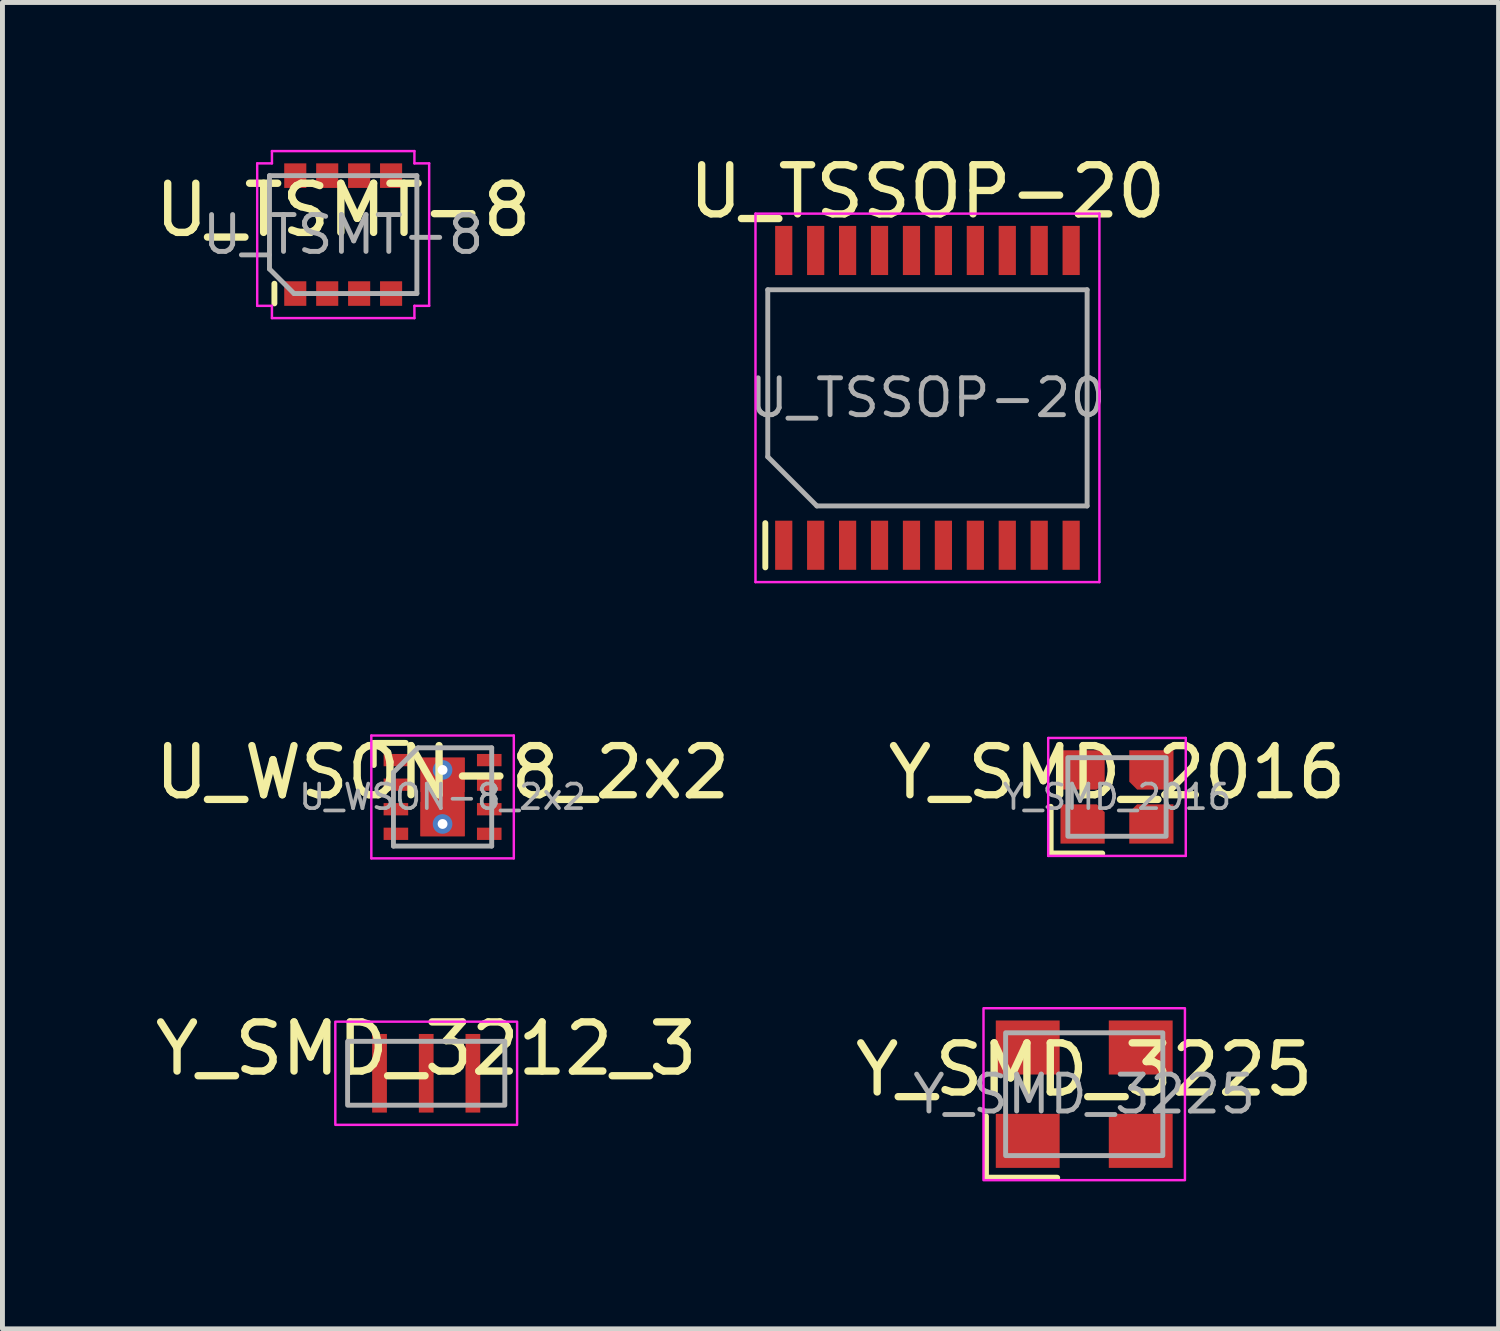
<source format=kicad_pcb>
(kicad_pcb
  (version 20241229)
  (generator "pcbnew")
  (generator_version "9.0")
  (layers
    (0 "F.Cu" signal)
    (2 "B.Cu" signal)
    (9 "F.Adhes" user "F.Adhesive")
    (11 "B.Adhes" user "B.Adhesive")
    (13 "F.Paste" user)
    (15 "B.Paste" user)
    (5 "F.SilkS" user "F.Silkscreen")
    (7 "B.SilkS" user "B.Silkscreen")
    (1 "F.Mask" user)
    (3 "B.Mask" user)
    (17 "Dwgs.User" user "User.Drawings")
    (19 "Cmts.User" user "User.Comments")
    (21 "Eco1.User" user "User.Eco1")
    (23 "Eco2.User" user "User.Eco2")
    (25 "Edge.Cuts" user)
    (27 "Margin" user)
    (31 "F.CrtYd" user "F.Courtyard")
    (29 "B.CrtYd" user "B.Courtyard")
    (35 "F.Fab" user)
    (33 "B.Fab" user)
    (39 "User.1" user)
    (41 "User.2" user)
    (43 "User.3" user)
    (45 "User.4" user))
  (footprint "U_TSMT-8"
    (layer "F.Cu")
    (at 3.935 1.725)
    (property "Reference" "U_TSMT-8" (at 0 -0.5 0) (unlocked yes) (layer "F.SilkS") (effects (font (size 1 1) (thickness 0.15))))
    (attr smd)
    (fp_line (start -1.4 1.4) (end -1.4 1) (stroke (width 0.12) (type default)) (layer "F.SilkS"))
    (fp_line (start -1.75 -1.45) (end -1.75 1.45) (stroke (width 0.05) (type default)) (layer "F.CrtYd"))
    (fp_line (start -1.75 1.45) (end -1.45 1.45) (stroke (width 0.05) (type default)) (layer "F.CrtYd"))
    (fp_line (start -1.45 -1.7) (end -1.45 -1.45) (stroke (width 0.05) (type default)) (layer "F.CrtYd"))
    (fp_line (start -1.45 -1.45) (end -1.75 -1.45) (stroke (width 0.05) (type default)) (layer "F.CrtYd"))
    (fp_line (start -1.45 1.45) (end -1.45 1.7) (stroke (width 0.05) (type default)) (layer "F.CrtYd"))
    (fp_line (start -1.45 1.7) (end 1.45 1.7) (stroke (width 0.05) (type default)) (layer "F.CrtYd"))
    (fp_line (start 1.45 -1.7) (end -1.45 -1.7) (stroke (width 0.05) (type default)) (layer "F.CrtYd"))
    (fp_line (start 1.45 -1.45) (end 1.45 -1.7) (stroke (width 0.05) (type default)) (layer "F.CrtYd"))
    (fp_line (start 1.45 1.45) (end 1.75 1.45) (stroke (width 0.05) (type default)) (layer "F.CrtYd"))
    (fp_line (start 1.45 1.7) (end 1.45 1.45) (stroke (width 0.05) (type default)) (layer "F.CrtYd"))
    (fp_line (start 1.75 -1.45) (end 1.45 -1.45) (stroke (width 0.05) (type default)) (layer "F.CrtYd"))
    (fp_line (start 1.75 1.45) (end 1.75 -1.45) (stroke (width 0.05) (type default)) (layer "F.CrtYd"))
    (fp_line (start -1.5 -1.2) (end 1.5 -1.2) (stroke (width 0.1) (type default)) (layer "F.Fab"))
    (fp_line (start -1.5 0.7) (end -1.5 -1.2) (stroke (width 0.1) (type default)) (layer "F.Fab"))
    (fp_line (start -1 1.2) (end -1.5 0.7) (stroke (width 0.1) (type default)) (layer "F.Fab"))
    (fp_line (start 1.5 -1.2) (end 1.5 1.2) (stroke (width 0.1) (type default)) (layer "F.Fab"))
    (fp_line (start 1.5 1.2) (end -1 1.2) (stroke (width 0.1) (type default)) (layer "F.Fab"))
    (fp_text user "${REFERENCE}" (at 0 0 0) (layer "F.Fab") (effects (font (size 0.75 0.75) (thickness 0.1))))
    (pad "1" smd rect (at -0.975 1.2) (size 0.45 0.5) (layers "F.Cu" "F.Mask" "F.Paste"))
    (pad "2" smd rect (at -0.325 1.2) (size 0.45 0.5) (layers "F.Cu" "F.Mask" "F.Paste"))
    (pad "3" smd rect (at 0.325 1.2) (size 0.45 0.5) (layers "F.Cu" "F.Mask" "F.Paste"))
    (pad "4" smd rect (at 0.975 1.2) (size 0.45 0.5) (layers "F.Cu" "F.Mask" "F.Paste"))
    (pad "5" smd rect (at 0.975 -1.2) (size 0.45 0.5) (layers "F.Cu" "F.Mask" "F.Paste"))
    (pad "6" smd rect (at 0.325 -1.2) (size 0.45 0.5) (layers "F.Cu" "F.Mask" "F.Paste"))
    (pad "7" smd rect (at -0.325 -1.2) (size 0.45 0.5) (layers "F.Cu" "F.Mask" "F.Paste"))
    (pad "8" smd rect (at -0.975 -1.2) (size 0.45 0.5) (layers "F.Cu" "F.Mask" "F.Paste")))
  (footprint "U_TSSOP-20"
    (layer "F.Cu")
    (at 15.827 5.048)
    (property "Reference" "U_TSSOP-20" (at 0 -4.2 0) (layer "F.SilkS") (effects (font (size 1 1) (thickness 0.15))))
    (attr smd)
    (fp_line (start -3.3 3.45) (end -3.3 2.55) (stroke (width 0.12) (type solid)) (layer "F.SilkS"))
    (fp_line (start -3.5 -3.75) (end -3.5 3.75) (stroke (width 0.05) (type solid)) (layer "F.CrtYd"))
    (fp_line (start -3.5 3.75) (end 3.5 3.75) (stroke (width 0.05) (type solid)) (layer "F.CrtYd"))
    (fp_line (start 3.5 -3.75) (end -3.5 -3.75) (stroke (width 0.05) (type solid)) (layer "F.CrtYd"))
    (fp_line (start 3.5 3.75) (end 3.5 -3.75) (stroke (width 0.05) (type solid)) (layer "F.CrtYd"))
    (fp_line (start -3.25 -2.2) (end 3.25 -2.2) (stroke (width 0.1) (type solid)) (layer "F.Fab"))
    (fp_line (start -3.25 1.2) (end -3.25 -2.2) (stroke (width 0.1) (type solid)) (layer "F.Fab"))
    (fp_line (start -2.25 2.2) (end -3.25 1.2) (stroke (width 0.1) (type solid)) (layer "F.Fab"))
    (fp_line (start 3.25 -2.2) (end 3.25 2.2) (stroke (width 0.1) (type solid)) (layer "F.Fab"))
    (fp_line (start 3.25 2.2) (end -2.25 2.2) (stroke (width 0.1) (type solid)) (layer "F.Fab"))
    (fp_text user "${REFERENCE}" (at 0 0 0) (layer "F.Fab") (effects (font (size 0.75 0.75) (thickness 0.1))))
    (pad "1" smd rect (at -2.925 3 90) (size 1 0.35) (layers "F.Cu" "F.Mask" "F.Paste"))
    (pad "2" smd rect (at -2.275 3 90) (size 1 0.35) (layers "F.Cu" "F.Mask" "F.Paste"))
    (pad "3" smd rect (at -1.625 3 90) (size 1 0.35) (layers "F.Cu" "F.Mask" "F.Paste"))
    (pad "4" smd rect (at -0.975 3 90) (size 1 0.35) (layers "F.Cu" "F.Mask" "F.Paste"))
    (pad "5" smd rect (at -0.325 3 90) (size 1 0.35) (layers "F.Cu" "F.Mask" "F.Paste"))
    (pad "6" smd rect (at 0.325 3 90) (size 1 0.35) (layers "F.Cu" "F.Mask" "F.Paste"))
    (pad "7" smd rect (at 0.975 3 90) (size 1 0.35) (layers "F.Cu" "F.Mask" "F.Paste"))
    (pad "8" smd rect (at 1.625 3 90) (size 1 0.35) (layers "F.Cu" "F.Mask" "F.Paste"))
    (pad "9" smd rect (at 2.275 3 90) (size 1 0.35) (layers "F.Cu" "F.Mask" "F.Paste"))
    (pad "10" smd rect (at 2.925 3 90) (size 1 0.35) (layers "F.Cu" "F.Mask" "F.Paste"))
    (pad "11" smd rect (at 2.925 -3 90) (size 1 0.35) (layers "F.Cu" "F.Mask" "F.Paste"))
    (pad "12" smd rect (at 2.275 -3 90) (size 1 0.35) (layers "F.Cu" "F.Mask" "F.Paste"))
    (pad "13" smd rect (at 1.625 -3 90) (size 1 0.35) (layers "F.Cu" "F.Mask" "F.Paste"))
    (pad "14" smd rect (at 0.975 -3 90) (size 1 0.35) (layers "F.Cu" "F.Mask" "F.Paste"))
    (pad "15" smd rect (at 0.325 -3 90) (size 1 0.35) (layers "F.Cu" "F.Mask" "F.Paste"))
    (pad "16" smd rect (at -0.325 -3 90) (size 1 0.35) (layers "F.Cu" "F.Mask" "F.Paste"))
    (pad "17" smd rect (at -0.975 -3 90) (size 1 0.35) (layers "F.Cu" "F.Mask" "F.Paste"))
    (pad "18" smd rect (at -1.625 -3 90) (size 1 0.35) (layers "F.Cu" "F.Mask" "F.Paste"))
    (pad "19" smd rect (at -2.275 -3 90) (size 1 0.35) (layers "F.Cu" "F.Mask" "F.Paste"))
    (pad "20" smd rect (at -2.925 -3 90) (size 1 0.35) (layers "F.Cu" "F.Mask" "F.Paste")))
  (footprint "Y_SMD_3212_3"
    (layer "F.Cu")
    (at 5.625 18.795)
    (property "Reference" "Y_SMD_3212_3" (at 0 -0.5 0) (unlocked yes) (layer "F.SilkS") (effects (font (size 1 1) (thickness 0.15))))
    (attr smd)
    (fp_rect (start -1.85 -1.05) (end 1.85 1.05) (stroke (width 0.05) (type default)) (fill no) (layer "F.CrtYd"))
    (fp_rect (start -1.6 0.65) (end 1.6 -0.65) (stroke (width 0.1) (type default)) (fill no) (layer "F.Fab"))
    (pad "1" smd rect (at -0.95 0) (size 0.3 1.6) (layers "F.Cu" "F.Mask" "F.Paste"))
    (pad "2" smd rect (at 0 0) (size 0.3 1.6) (layers "F.Cu" "F.Mask" "F.Paste"))
    (pad "3" smd rect (at 0.95 0) (size 0.3 1.6) (layers "F.Cu" "F.Mask" "F.Paste")))
  (footprint "Y_SMD_3225"
    (layer "F.Cu")
    (at 19.018 19.221)
    (property "Reference" "Y_SMD_3225" (at 0 -0.5 0) (unlocked yes) (layer "F.SilkS") (effects (font (size 1 1) (thickness 0.15))))
    (attr smd)
    (fp_line (start -2 0.45) (end -2 1.7) (stroke (width 0.12) (type default)) (layer "F.SilkS"))
    (fp_line (start -0.55 1.7) (end -2 1.7) (stroke (width 0.12) (type default)) (layer "F.SilkS"))
    (fp_rect (start -2.05 1.75) (end 2.05 -1.75) (stroke (width 0.05) (type default)) (fill no) (layer "F.CrtYd"))
    (fp_rect (start -1.6 1.25) (end 1.6 -1.25) (stroke (width 0.1) (type default)) (fill no) (layer "F.Fab"))
    (fp_text user "${REFERENCE}" (at 0 0 0) (layer "F.Fab") (effects (font (size 0.75 0.75) (thickness 0.1))))
    (pad "1" smd rect (at -1.15 0.95) (size 1.3 1.1) (layers "F.Cu" "F.Mask" "F.Paste"))
    (pad "2" smd rect (at 1.15 0.95) (size 1.3 1.1) (layers "F.Cu" "F.Mask" "F.Paste"))
    (pad "3" smd rect (at 1.15 -0.95) (size 1.3 1.1) (layers "F.Cu" "F.Mask" "F.Paste"))
    (pad "4" smd rect (at -1.15 -0.95) (size 1.3 1.1) (layers "F.Cu" "F.Mask" "F.Paste")))
  (footprint "Y_SMD_2016"
    (layer "F.Cu")
    (at 19.685 13.171)
    (property "Reference" "Y_SMD_2016" (at 0 -0.5 0) (unlocked yes) (layer "F.SilkS") (effects (font (size 1 1) (thickness 0.15))))
    (attr smd)
    (fp_line (start -1.35 1.15) (end -1.35 0.2) (stroke (width 0.12) (type default)) (layer "F.SilkS"))
    (fp_line (start -0.3 1.15) (end -1.35 1.15) (stroke (width 0.12) (type default)) (layer "F.SilkS"))
    (fp_line (start -1.4 -1.2) (end -1.4 1.2) (stroke (width 0.05) (type default)) (layer "F.CrtYd"))
    (fp_line (start -1.4 1.2) (end 1.4 1.2) (stroke (width 0.05) (type default)) (layer "F.CrtYd"))
    (fp_line (start 1.4 -1.2) (end -1.4 -1.2) (stroke (width 0.05) (type default)) (layer "F.CrtYd"))
    (fp_line (start 1.4 1.2) (end 1.4 -1.2) (stroke (width 0.05) (type default)) (layer "F.CrtYd"))
    (fp_rect (start -1 0.8) (end 1 -0.8) (stroke (width 0.1) (type default)) (fill no) (layer "F.Fab"))
    (fp_text user "${REFERENCE}" (at 0 0 0) (unlocked yes) (layer "F.Fab") (effects (font (size 0.5 0.5) (thickness 0.075))))
    (pad "1" smd roundrect (at -0.7 0.55) (size 0.9 0.8) (layers "F.Cu" "F.Mask" "F.Paste") (roundrect_rratio 0) (chamfer_ratio 0.2) (chamfer top_right))
    (pad "2" smd roundrect (at 0.7 0.55) (size 0.9 0.8) (layers "F.Cu" "F.Mask" "F.Paste") (roundrect_rratio 0) (chamfer_ratio 0.2) (chamfer top_left))
    (pad "3" smd roundrect (at 0.7 -0.55) (size 0.9 0.8) (layers "F.Cu" "F.Mask" "F.Paste") (roundrect_rratio 0) (chamfer_ratio 0.2) (chamfer bottom_left))
    (pad "4" smd roundrect (at -0.7 -0.55) (size 0.9 0.8) (layers "F.Cu" "F.Mask" "F.Paste") (roundrect_rratio 0) (chamfer_ratio 0.2) (chamfer bottom_right)))
  (footprint "U_WSON-8_2x2"
    (layer "F.Cu")
    (at 5.958 13.171)
    (property "Reference" "U_WSON-8_2x2" (at 0 -0.5 0) (unlocked yes) (layer "F.SilkS") (effects (font (size 1 1) (thickness 0.15))))
    (attr smd)
    (fp_line (start -1.4 -1.1) (end -1.4 -0.65) (stroke (width 0.12) (type default)) (layer "F.SilkS"))
    (fp_line (start -1.4 -1.1) (end -0.75 -1.1) (stroke (width 0.12) (type default)) (layer "F.SilkS"))
    (fp_line (start -1.45 1.25) (end -1.45 -1.25) (stroke (width 0.05) (type default)) (layer "F.CrtYd"))
    (fp_line (start -1.45 1.25) (end 1.45 1.25) (stroke (width 0.05) (type default)) (layer "F.CrtYd"))
    (fp_line (start 1.45 -1.25) (end -1.45 -1.25) (stroke (width 0.05) (type default)) (layer "F.CrtYd"))
    (fp_line (start 1.45 -1.25) (end 1.45 1.25) (stroke (width 0.05) (type default)) (layer "F.CrtYd"))
    (fp_line (start -1 -0.5) (end -0.5 -1) (stroke (width 0.1) (type default)) (layer "F.Fab"))
    (fp_line (start -1 1) (end -1 -0.5) (stroke (width 0.1) (type default)) (layer "F.Fab"))
    (fp_line (start -0.5 -1) (end 1 -1) (stroke (width 0.1) (type default)) (layer "F.Fab"))
    (fp_line (start 1 -1) (end 1 1) (stroke (width 0.1) (type default)) (layer "F.Fab"))
    (fp_line (start 1 1) (end -1 1) (stroke (width 0.1) (type default)) (layer "F.Fab"))
    (fp_text user "${REFERENCE}" (at 0 0 180) (layer "F.Fab") (effects (font (size 0.5 0.5) (thickness 0.075))))
    (pad "1" smd rect (at -0.95 -0.75) (size 0.5 0.25) (layers "F.Cu" "F.Mask" "F.Paste"))
    (pad "2" smd rect (at -0.95 -0.25) (size 0.5 0.25) (layers "F.Cu" "F.Mask" "F.Paste"))
    (pad "3" smd rect (at -0.95 0.25) (size 0.5 0.25) (layers "F.Cu" "F.Mask" "F.Paste"))
    (pad "4" smd rect (at -0.95 0.75) (size 0.5 0.25) (layers "F.Cu" "F.Mask" "F.Paste"))
    (pad "5" smd rect (at 0.95 0.75) (size 0.5 0.25) (layers "F.Cu" "F.Mask" "F.Paste"))
    (pad "6" smd rect (at 0.95 0.25) (size 0.5 0.25) (layers "F.Cu" "F.Mask" "F.Paste"))
    (pad "7" smd rect (at 0.95 -0.25) (size 0.5 0.25) (layers "F.Cu" "F.Mask" "F.Paste"))
    (pad "8" smd rect (at 0.95 -0.75) (size 0.5 0.25) (layers "F.Cu" "F.Mask" "F.Paste"))
    (pad "9" thru_hole circle (at 0 -0.55) (size 0.4 0.4) (drill 0.2) (layers "*.Cu" "*.Mask"))
    (pad "9" smd rect (at 0 -0.45) (size 0.9 0.7) (layers "F.Cu" "F.Paste"))
    (pad "9" smd rect (at 0 0) (size 0.9 1.6) (layers "F.Cu" "F.Mask"))
    (pad "9" smd rect (at 0 0.45) (size 0.9 0.7) (layers "F.Cu" "F.Paste"))
    (pad "9" thru_hole circle (at 0 0.55) (size 0.4 0.4) (drill 0.2) (layers "*.Cu" "*.Mask")))
  (gr_rect
    (start -3 -3)
    (end 27.452 23.997)
    (stroke (width 0.1) (type default))
    (fill no)
    (layer "Edge.Cuts")))
</source>
